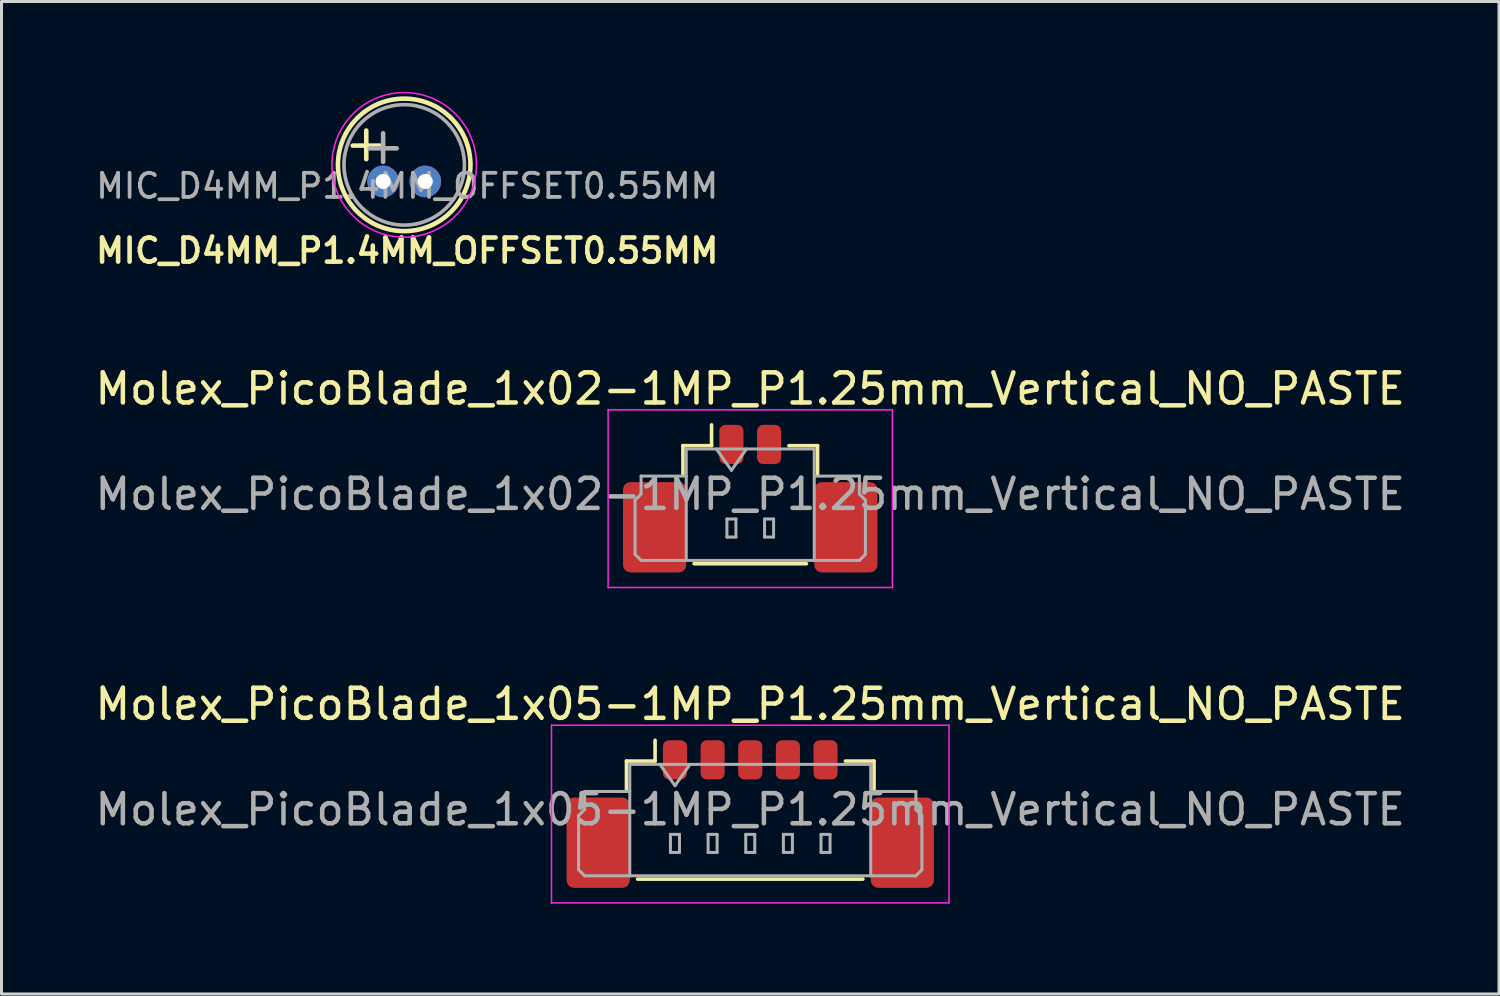
<source format=kicad_pcb>
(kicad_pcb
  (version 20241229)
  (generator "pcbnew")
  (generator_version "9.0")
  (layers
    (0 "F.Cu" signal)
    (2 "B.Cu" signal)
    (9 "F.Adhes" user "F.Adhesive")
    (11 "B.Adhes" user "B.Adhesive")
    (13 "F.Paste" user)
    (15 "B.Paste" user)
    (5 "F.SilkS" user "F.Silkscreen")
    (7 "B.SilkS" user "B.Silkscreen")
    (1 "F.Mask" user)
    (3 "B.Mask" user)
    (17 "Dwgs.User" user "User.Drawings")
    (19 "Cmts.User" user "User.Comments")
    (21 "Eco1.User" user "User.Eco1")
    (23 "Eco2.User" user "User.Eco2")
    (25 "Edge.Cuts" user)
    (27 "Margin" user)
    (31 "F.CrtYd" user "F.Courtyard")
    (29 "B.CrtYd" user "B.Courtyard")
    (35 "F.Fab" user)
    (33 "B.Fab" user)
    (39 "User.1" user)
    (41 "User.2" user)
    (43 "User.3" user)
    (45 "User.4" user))
  (footprint "Molex_PicoBlade_1x02-1MP_P1.25mm_Vertical_NO_PASTE"
    (layer "F.Cu")
    (at 21.863 12.959)
    (property "Reference" "Molex_PicoBlade_1x02-1MP_P1.25mm_Vertical_NO_PASTE" (at 0 -3.1 0) (layer "F.SilkS") (effects (font (size 1 1) (thickness 0.15))))
    (attr smd)
    (fp_line (start -2.235 -1.21) (end -1.285 -1.21) (stroke (width 0.12) (type solid)) (layer "F.SilkS"))
    (fp_line (start -2.235 -0.26) (end -2.235 -1.21) (stroke (width 0.12) (type solid)) (layer "F.SilkS"))
    (fp_line (start -1.865 2.71) (end 1.865 2.71) (stroke (width 0.12) (type solid)) (layer "F.SilkS"))
    (fp_line (start -1.285 -1.21) (end -1.285 -1.9) (stroke (width 0.12) (type solid)) (layer "F.SilkS"))
    (fp_line (start 2.235 -1.21) (end 1.285 -1.21) (stroke (width 0.12) (type solid)) (layer "F.SilkS"))
    (fp_line (start 2.235 -0.26) (end 2.235 -1.21) (stroke (width 0.12) (type solid)) (layer "F.SilkS"))
    (fp_line (start -4.72 -2.4) (end -4.72 3.5) (stroke (width 0.05) (type solid)) (layer "F.CrtYd"))
    (fp_line (start -4.72 3.5) (end 4.72 3.5) (stroke (width 0.05) (type solid)) (layer "F.CrtYd"))
    (fp_line (start 4.72 -2.4) (end -4.72 -2.4) (stroke (width 0.05) (type solid)) (layer "F.CrtYd"))
    (fp_line (start 4.72 3.5) (end 4.72 -2.4) (stroke (width 0.05) (type solid)) (layer "F.CrtYd"))
    (fp_line (start -3.825 0.6) (end -3.625 0.4) (stroke (width 0.1) (type solid)) (layer "F.Fab"))
    (fp_line (start -3.825 2.4) (end -3.825 0.6) (stroke (width 0.1) (type solid)) (layer "F.Fab"))
    (fp_line (start -3.625 -0.2) (end -2.125 -0.2) (stroke (width 0.1) (type solid)) (layer "F.Fab"))
    (fp_line (start -3.625 0.4) (end -3.625 -0.2) (stroke (width 0.1) (type solid)) (layer "F.Fab"))
    (fp_line (start -3.625 2.6) (end -3.825 2.4) (stroke (width 0.1) (type solid)) (layer "F.Fab"))
    (fp_line (start -2.125 -1.1) (end -2.125 2.6) (stroke (width 0.1) (type solid)) (layer "F.Fab"))
    (fp_line (start -2.125 -1.1) (end 2.125 -1.1) (stroke (width 0.1) (type solid)) (layer "F.Fab"))
    (fp_line (start -2.125 2.6) (end -3.625 2.6) (stroke (width 0.1) (type solid)) (layer "F.Fab"))
    (fp_line (start -2.125 2.6) (end 2.125 2.6) (stroke (width 0.1) (type solid)) (layer "F.Fab"))
    (fp_line (start -1.125 -1.1) (end -0.625 -0.393) (stroke (width 0.1) (type solid)) (layer "F.Fab"))
    (fp_line (start -0.775 1.225) (end -0.775 1.825) (stroke (width 0.1) (type solid)) (layer "F.Fab"))
    (fp_line (start -0.775 1.825) (end -0.475 1.825) (stroke (width 0.1) (type solid)) (layer "F.Fab"))
    (fp_line (start -0.625 -0.393) (end -0.125 -1.1) (stroke (width 0.1) (type solid)) (layer "F.Fab"))
    (fp_line (start -0.475 1.225) (end -0.775 1.225) (stroke (width 0.1) (type solid)) (layer "F.Fab"))
    (fp_line (start -0.475 1.825) (end -0.475 1.225) (stroke (width 0.1) (type solid)) (layer "F.Fab"))
    (fp_line (start 0.475 1.225) (end 0.475 1.825) (stroke (width 0.1) (type solid)) (layer "F.Fab"))
    (fp_line (start 0.475 1.825) (end 0.775 1.825) (stroke (width 0.1) (type solid)) (layer "F.Fab"))
    (fp_line (start 0.775 1.225) (end 0.475 1.225) (stroke (width 0.1) (type solid)) (layer "F.Fab"))
    (fp_line (start 0.775 1.825) (end 0.775 1.225) (stroke (width 0.1) (type solid)) (layer "F.Fab"))
    (fp_line (start 2.125 -1.1) (end 2.125 2.6) (stroke (width 0.1) (type solid)) (layer "F.Fab"))
    (fp_line (start 2.125 2.6) (end 3.625 2.6) (stroke (width 0.1) (type solid)) (layer "F.Fab"))
    (fp_line (start 3.625 -0.2) (end 2.125 -0.2) (stroke (width 0.1) (type solid)) (layer "F.Fab"))
    (fp_line (start 3.625 0.4) (end 3.625 -0.2) (stroke (width 0.1) (type solid)) (layer "F.Fab"))
    (fp_line (start 3.625 2.6) (end 3.825 2.4) (stroke (width 0.1) (type solid)) (layer "F.Fab"))
    (fp_line (start 3.825 0.6) (end 3.625 0.4) (stroke (width 0.1) (type solid)) (layer "F.Fab"))
    (fp_line (start 3.825 2.4) (end 3.825 0.6) (stroke (width 0.1) (type solid)) (layer "F.Fab"))
    (fp_text user "${REFERENCE}" (at 0 0.4 0) (layer "F.Fab") (effects (font (size 1 1) (thickness 0.15))))
    (pad "1" smd roundrect (at -0.625 -1.25) (size 0.8 1.3) (layers "F.Cu" "F.Mask") (roundrect_rratio 0.25))
    (pad "2" smd roundrect (at 0.625 -1.25) (size 0.8 1.3) (layers "F.Cu" "F.Mask") (roundrect_rratio 0.25))
    (pad "MP" smd roundrect (at -3.175 1.5) (size 2.1 3) (layers "F.Cu" "F.Mask") (roundrect_rratio 0.119))
    (pad "MP" smd roundrect (at 3.175 1.5) (size 2.1 3) (layers "F.Cu" "F.Mask") (roundrect_rratio 0.119)))
  (footprint "Molex_PicoBlade_1x05-1MP_P1.25mm_Vertical_NO_PASTE"
    (layer "F.Cu")
    (at 21.863 23.432)
    (property "Reference" "Molex_PicoBlade_1x05-1MP_P1.25mm_Vertical_NO_PASTE" (at 0 -3.1 0) (layer "F.SilkS") (effects (font (size 1 1) (thickness 0.15))))
    (attr smd)
    (fp_line (start -4.11 -1.21) (end -3.16 -1.21) (stroke (width 0.12) (type solid)) (layer "F.SilkS"))
    (fp_line (start -4.11 -0.26) (end -4.11 -1.21) (stroke (width 0.12) (type solid)) (layer "F.SilkS"))
    (fp_line (start -3.74 2.71) (end 3.74 2.71) (stroke (width 0.12) (type solid)) (layer "F.SilkS"))
    (fp_line (start -3.16 -1.21) (end -3.16 -1.9) (stroke (width 0.12) (type solid)) (layer "F.SilkS"))
    (fp_line (start 4.11 -1.21) (end 3.16 -1.21) (stroke (width 0.12) (type solid)) (layer "F.SilkS"))
    (fp_line (start 4.11 -0.26) (end 4.11 -1.21) (stroke (width 0.12) (type solid)) (layer "F.SilkS"))
    (fp_line (start -6.6 -2.4) (end -6.6 3.5) (stroke (width 0.05) (type solid)) (layer "F.CrtYd"))
    (fp_line (start -6.6 3.5) (end 6.6 3.5) (stroke (width 0.05) (type solid)) (layer "F.CrtYd"))
    (fp_line (start 6.6 -2.4) (end -6.6 -2.4) (stroke (width 0.05) (type solid)) (layer "F.CrtYd"))
    (fp_line (start 6.6 3.5) (end 6.6 -2.4) (stroke (width 0.05) (type solid)) (layer "F.CrtYd"))
    (fp_line (start -5.7 0.6) (end -5.5 0.4) (stroke (width 0.1) (type solid)) (layer "F.Fab"))
    (fp_line (start -5.7 2.4) (end -5.7 0.6) (stroke (width 0.1) (type solid)) (layer "F.Fab"))
    (fp_line (start -5.5 -0.2) (end -4 -0.2) (stroke (width 0.1) (type solid)) (layer "F.Fab"))
    (fp_line (start -5.5 0.4) (end -5.5 -0.2) (stroke (width 0.1) (type solid)) (layer "F.Fab"))
    (fp_line (start -5.5 2.6) (end -5.7 2.4) (stroke (width 0.1) (type solid)) (layer "F.Fab"))
    (fp_line (start -4 -1.1) (end -4 2.6) (stroke (width 0.1) (type solid)) (layer "F.Fab"))
    (fp_line (start -4 -1.1) (end 4 -1.1) (stroke (width 0.1) (type solid)) (layer "F.Fab"))
    (fp_line (start -4 2.6) (end -5.5 2.6) (stroke (width 0.1) (type solid)) (layer "F.Fab"))
    (fp_line (start -4 2.6) (end 4 2.6) (stroke (width 0.1) (type solid)) (layer "F.Fab"))
    (fp_line (start -3 -1.1) (end -2.5 -0.393) (stroke (width 0.1) (type solid)) (layer "F.Fab"))
    (fp_line (start -2.65 1.225) (end -2.65 1.825) (stroke (width 0.1) (type solid)) (layer "F.Fab"))
    (fp_line (start -2.65 1.825) (end -2.35 1.825) (stroke (width 0.1) (type solid)) (layer "F.Fab"))
    (fp_line (start -2.5 -0.393) (end -2 -1.1) (stroke (width 0.1) (type solid)) (layer "F.Fab"))
    (fp_line (start -2.35 1.225) (end -2.65 1.225) (stroke (width 0.1) (type solid)) (layer "F.Fab"))
    (fp_line (start -2.35 1.825) (end -2.35 1.225) (stroke (width 0.1) (type solid)) (layer "F.Fab"))
    (fp_line (start -1.4 1.225) (end -1.4 1.825) (stroke (width 0.1) (type solid)) (layer "F.Fab"))
    (fp_line (start -1.4 1.825) (end -1.1 1.825) (stroke (width 0.1) (type solid)) (layer "F.Fab"))
    (fp_line (start -1.1 1.225) (end -1.4 1.225) (stroke (width 0.1) (type solid)) (layer "F.Fab"))
    (fp_line (start -1.1 1.825) (end -1.1 1.225) (stroke (width 0.1) (type solid)) (layer "F.Fab"))
    (fp_line (start -0.15 1.225) (end -0.15 1.825) (stroke (width 0.1) (type solid)) (layer "F.Fab"))
    (fp_line (start -0.15 1.825) (end 0.15 1.825) (stroke (width 0.1) (type solid)) (layer "F.Fab"))
    (fp_line (start 0.15 1.225) (end -0.15 1.225) (stroke (width 0.1) (type solid)) (layer "F.Fab"))
    (fp_line (start 0.15 1.825) (end 0.15 1.225) (stroke (width 0.1) (type solid)) (layer "F.Fab"))
    (fp_line (start 1.1 1.225) (end 1.1 1.825) (stroke (width 0.1) (type solid)) (layer "F.Fab"))
    (fp_line (start 1.1 1.825) (end 1.4 1.825) (stroke (width 0.1) (type solid)) (layer "F.Fab"))
    (fp_line (start 1.4 1.225) (end 1.1 1.225) (stroke (width 0.1) (type solid)) (layer "F.Fab"))
    (fp_line (start 1.4 1.825) (end 1.4 1.225) (stroke (width 0.1) (type solid)) (layer "F.Fab"))
    (fp_line (start 2.35 1.225) (end 2.35 1.825) (stroke (width 0.1) (type solid)) (layer "F.Fab"))
    (fp_line (start 2.35 1.825) (end 2.65 1.825) (stroke (width 0.1) (type solid)) (layer "F.Fab"))
    (fp_line (start 2.65 1.225) (end 2.35 1.225) (stroke (width 0.1) (type solid)) (layer "F.Fab"))
    (fp_line (start 2.65 1.825) (end 2.65 1.225) (stroke (width 0.1) (type solid)) (layer "F.Fab"))
    (fp_line (start 4 -1.1) (end 4 2.6) (stroke (width 0.1) (type solid)) (layer "F.Fab"))
    (fp_line (start 4 2.6) (end 5.5 2.6) (stroke (width 0.1) (type solid)) (layer "F.Fab"))
    (fp_line (start 5.5 -0.2) (end 4 -0.2) (stroke (width 0.1) (type solid)) (layer "F.Fab"))
    (fp_line (start 5.5 0.4) (end 5.5 -0.2) (stroke (width 0.1) (type solid)) (layer "F.Fab"))
    (fp_line (start 5.5 2.6) (end 5.7 2.4) (stroke (width 0.1) (type solid)) (layer "F.Fab"))
    (fp_line (start 5.7 0.6) (end 5.5 0.4) (stroke (width 0.1) (type solid)) (layer "F.Fab"))
    (fp_line (start 5.7 2.4) (end 5.7 0.6) (stroke (width 0.1) (type solid)) (layer "F.Fab"))
    (fp_text user "${REFERENCE}" (at 0 0.4 0) (layer "F.Fab") (effects (font (size 1 1) (thickness 0.15))))
    (pad "1" smd roundrect (at -2.5 -1.25) (size 0.8 1.3) (layers "F.Cu" "F.Mask") (roundrect_rratio 0.25))
    (pad "2" smd roundrect (at -1.25 -1.25) (size 0.8 1.3) (layers "F.Cu" "F.Mask") (roundrect_rratio 0.25))
    (pad "3" smd roundrect (at 0 -1.25) (size 0.8 1.3) (layers "F.Cu" "F.Mask") (roundrect_rratio 0.25))
    (pad "4" smd roundrect (at 1.25 -1.25) (size 0.8 1.3) (layers "F.Cu" "F.Mask") (roundrect_rratio 0.25))
    (pad "5" smd roundrect (at 2.5 -1.25) (size 0.8 1.3) (layers "F.Cu" "F.Mask") (roundrect_rratio 0.25))
    (pad "MP" smd roundrect (at -5.05 1.5) (size 2.1 3) (layers "F.Cu" "F.Mask") (roundrect_rratio 0.119))
    (pad "MP" smd roundrect (at 5.05 1.5) (size 2.1 3) (layers "F.Cu" "F.Mask") (roundrect_rratio 0.119)))
  (footprint "MIC_D4MM_P1.4MM_OFFSET0.55MM"
    (layer "F.Cu")
    (at 10.372 2.425)
    (property "Reference" "MIC_D4MM_P1.4MM_OFFSET0.55MM" (at 0.1 2.85 0) (layer "F.SilkS") (effects (font (size 0.8 0.8) (thickness 0.152))))
    (attr through_hole)
    (fp_line (start -1.71 -0.64) (end -0.81 -0.64) (stroke (width 0.152) (type solid)) (layer "F.SilkS"))
    (fp_line (start -1.26 -0.19) (end -1.26 -1.14) (stroke (width 0.152) (type solid)) (layer "F.SilkS"))
    (fp_circle (center 0 0) (end 2.2 0) (stroke (width 0.152) (type solid)) (fill no) (layer "F.SilkS"))
    (fp_circle (center 0 0) (end 2.4 0) (stroke (width 0.05) (type solid)) (fill no) (layer "F.CrtYd"))
    (fp_line (start -1.15 -0.55) (end -0.25 -0.55) (stroke (width 0.152) (type solid)) (layer "F.Fab"))
    (fp_line (start -0.7 -0.1) (end -0.7 -1.05) (stroke (width 0.152) (type solid)) (layer "F.Fab"))
    (fp_circle (center 0 0) (end 2 0) (stroke (width 0.12) (type solid)) (fill no) (layer "F.Fab"))
    (fp_text user "${REFERENCE}" (at 0.1 0.7 0) (layer "F.Fab") (effects (font (size 0.8 0.8) (thickness 0.125))))
    (pad "1" thru_hole circle (at 0.7 0.55) (size 1.05 1.05) (drill 0.5) (layers "*.Cu" "*.Mask"))
    (pad "2" thru_hole circle (at -0.7 0.55) (size 1.05 1.05) (drill 0.5) (layers "*.Cu" "*.Mask")))
  (gr_rect
    (start -3 -3)
    (end 46.726 29.957)
    (stroke (width 0.1) (type default))
    (fill no)
    (layer "Edge.Cuts")))
</source>
